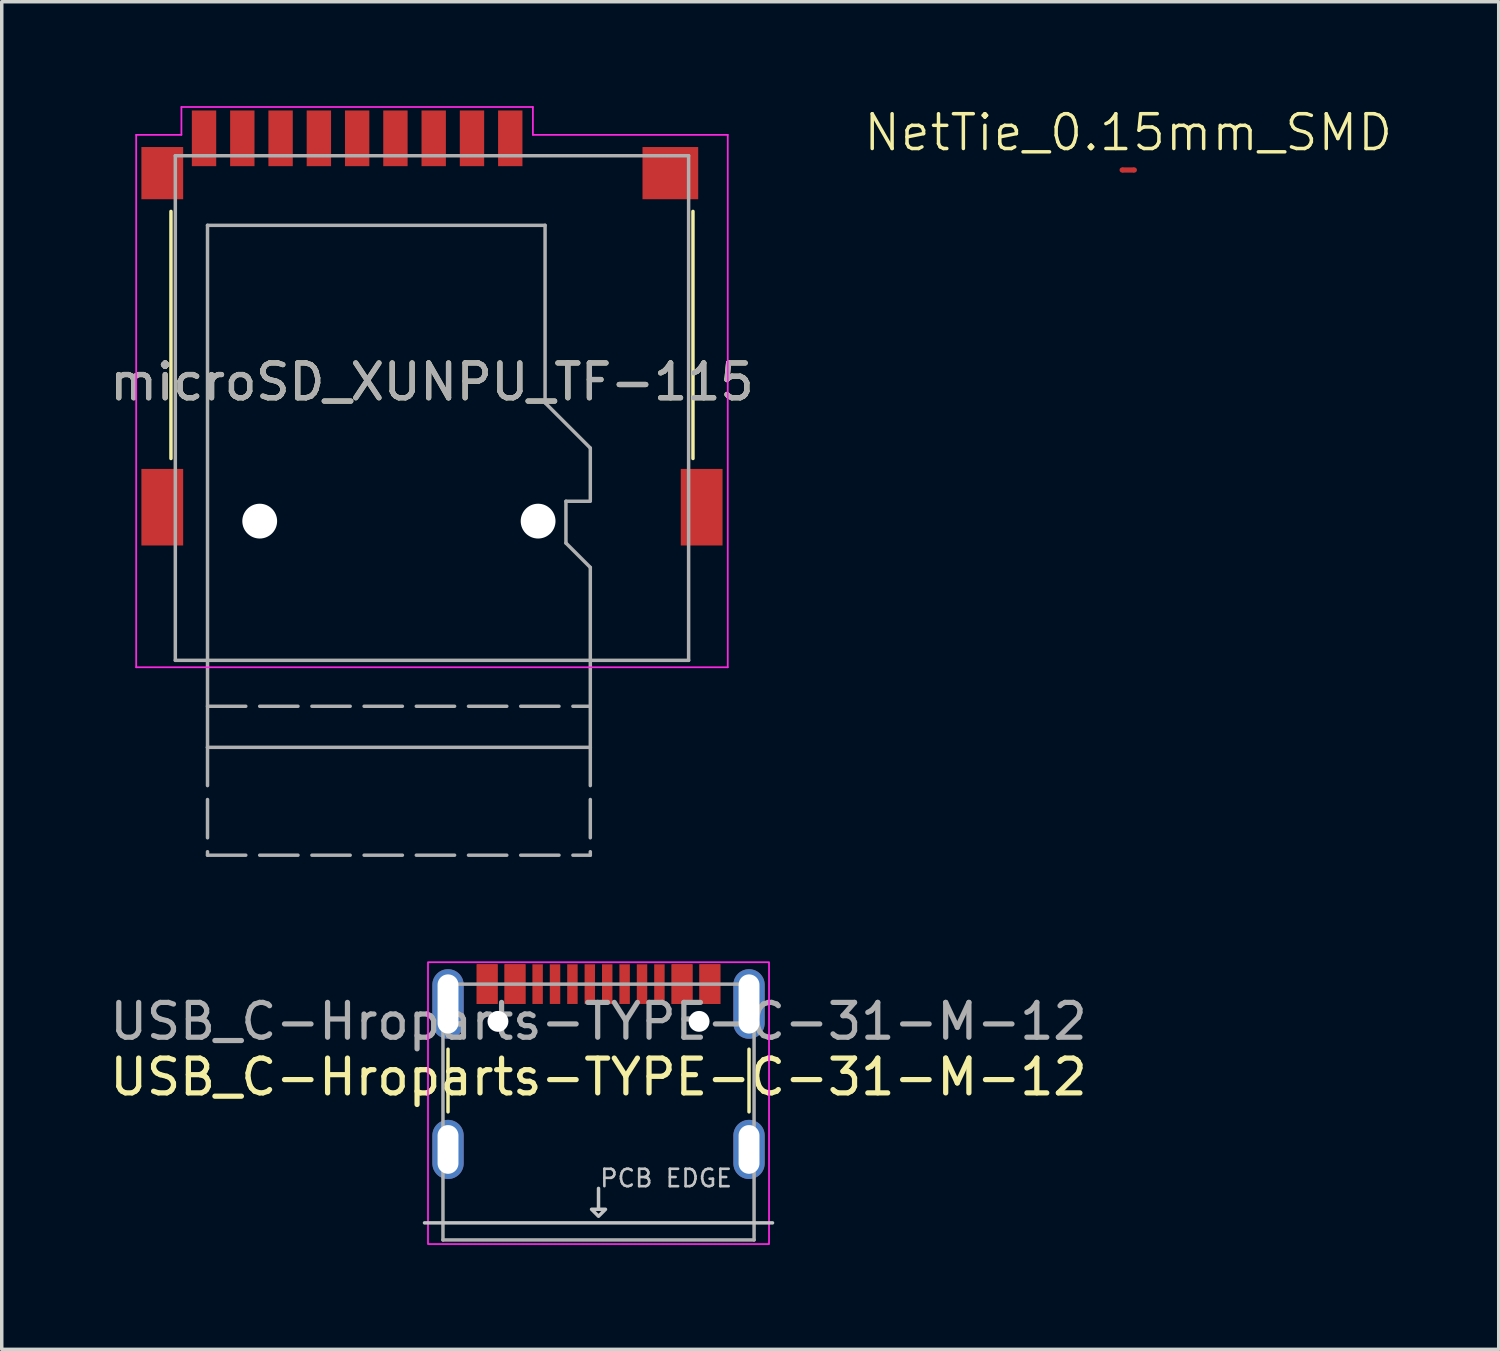
<source format=kicad_pcb>
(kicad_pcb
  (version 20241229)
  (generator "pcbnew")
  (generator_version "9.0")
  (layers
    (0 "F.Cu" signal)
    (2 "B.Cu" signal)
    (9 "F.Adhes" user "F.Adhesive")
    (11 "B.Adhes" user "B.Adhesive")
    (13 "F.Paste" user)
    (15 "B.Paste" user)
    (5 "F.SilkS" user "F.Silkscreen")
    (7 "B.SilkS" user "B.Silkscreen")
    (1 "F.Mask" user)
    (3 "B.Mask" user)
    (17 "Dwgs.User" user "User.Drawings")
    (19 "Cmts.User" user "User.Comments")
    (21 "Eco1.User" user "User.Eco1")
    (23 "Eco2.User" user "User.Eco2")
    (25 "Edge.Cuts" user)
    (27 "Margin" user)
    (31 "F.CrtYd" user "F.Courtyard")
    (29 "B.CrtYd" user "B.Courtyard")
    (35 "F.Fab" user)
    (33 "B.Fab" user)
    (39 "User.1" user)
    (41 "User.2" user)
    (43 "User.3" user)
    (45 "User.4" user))
  (footprint "NetTie_0.15mm_SMD"
    (layer "F.Cu")
    (at 29.371 1.835)
    (property "Reference" "NetTie_0.15mm_SMD" (at 0 -1.075 0) (unlocked yes) (layer "F.SilkS") (effects (font (size 1 1) (thickness 0.1))))
    (attr smd exclude_from_bom allow_missing_courtyard)
    (fp_rect (start -0.175 -0.075) (end 0.175 0.075) (stroke (width 0) (type solid)) (fill yes) (layer "F.Cu"))
    (pad "1" smd circle (at -0.175 0) (size 0.15 0.15) (layers "F.Cu"))
    (pad "2" smd circle (at 0.175 0) (size 0.15 0.15) (layers "F.Cu")))
  (footprint "microSD_XUNPU_TF-115"
    (layer "F.Cu")
    (at 9.363 7.925)
    (property "Reference" "microSD_XUNPU_TF-115" (at 0 0 0) (layer "F.SilkS") (effects (font (size 1 1) (thickness 0.15))))
    (attr smd)
    (fp_line (start -7.5 -4.9) (end -7.5 2.2) (stroke (width 0.1) (type default)) (layer "F.SilkS"))
    (fp_line (start 7.5 -4.9) (end 7.5 2.2) (stroke (width 0.1) (type default)) (layer "F.SilkS"))
    (fp_line (start -8.5 8.2) (end -8.5 -7.1) (stroke (width 0.05) (type default)) (layer "F.CrtYd"))
    (fp_line (start -7.2 -7.9) (end -7.2 -7.1) (stroke (width 0.05) (type default)) (layer "F.CrtYd"))
    (fp_line (start -7.2 -7.9) (end 2.9 -7.9) (stroke (width 0.05) (type default)) (layer "F.CrtYd"))
    (fp_line (start -7.2 -7.1) (end -8.5 -7.1) (stroke (width 0.05) (type default)) (layer "F.CrtYd"))
    (fp_line (start 2.9 -7.9) (end 2.9 -7.1) (stroke (width 0.05) (type default)) (layer "F.CrtYd"))
    (fp_line (start 8.5 -7.1) (end 2.9 -7.1) (stroke (width 0.05) (type default)) (layer "F.CrtYd"))
    (fp_line (start 8.5 -7.1) (end 8.5 8.2) (stroke (width 0.05) (type default)) (layer "F.CrtYd"))
    (fp_line (start 8.5 8.2) (end -8.5 8.2) (stroke (width 0.05) (type default)) (layer "F.CrtYd"))
    (fp_line (start -7.375 -6.5) (end -7.375 8) (stroke (width 0.1) (type default)) (layer "F.Fab"))
    (fp_line (start -7.375 -6.5) (end 7.375 -6.5) (stroke (width 0.1) (type default)) (layer "F.Fab"))
    (fp_line (start -7.375 8) (end 7.375 8) (stroke (width 0.1) (type default)) (layer "F.Fab"))
    (fp_line (start -6.45 -4.5) (end -6.45 10.5) (stroke (width 0.1) (type default)) (layer "F.Fab"))
    (fp_line (start -6.45 -4.5) (end 3.25 -4.5) (stroke (width 0.1) (type default)) (layer "F.Fab"))
    (fp_line (start -6.45 9.32) (end 4.55 9.32) (stroke (width 0.1) (type dash)) (layer "F.Fab"))
    (fp_line (start -6.45 10.5) (end -6.45 13.6) (stroke (width 0.1) (type dash)) (layer "F.Fab"))
    (fp_line (start -6.45 10.5) (end 4.55 10.5) (stroke (width 0.1) (type default)) (layer "F.Fab"))
    (fp_line (start -6.45 13.6) (end 4.55 13.6) (stroke (width 0.1) (type dash)) (layer "F.Fab"))
    (fp_line (start 3.25 -4.5) (end 3.25 0.6) (stroke (width 0.1) (type default)) (layer "F.Fab"))
    (fp_line (start 3.85 3.43) (end 4.55 3.43) (stroke (width 0.1) (type default)) (layer "F.Fab"))
    (fp_line (start 3.85 4.63) (end 3.85 3.43) (stroke (width 0.1) (type default)) (layer "F.Fab"))
    (fp_line (start 3.85 4.63) (end 4.55 5.33) (stroke (width 0.1) (type default)) (layer "F.Fab"))
    (fp_line (start 4.55 1.9) (end 3.25 0.6) (stroke (width 0.1) (type default)) (layer "F.Fab"))
    (fp_line (start 4.55 1.9) (end 4.55 3.4) (stroke (width 0.1) (type default)) (layer "F.Fab"))
    (fp_line (start 4.55 10.5) (end 4.55 5.33) (stroke (width 0.1) (type default)) (layer "F.Fab"))
    (fp_line (start 4.55 10.5) (end 4.55 13.6) (stroke (width 0.1) (type dash)) (layer "F.Fab"))
    (fp_line (start 7.375 -6.5) (end 7.375 8) (stroke (width 0.1) (type default)) (layer "F.Fab"))
    (fp_text user "${REFERENCE}" (at 0 0 0) (layer "F.Fab") (effects (font (size 1 1) (thickness 0.15))))
    (pad "" np_thru_hole circle (at -4.95 4) (size 1 1) (drill 1) (layers "*.Cu" "*.Mask"))
    (pad "" np_thru_hole circle (at 3.05 4) (size 1 1) (drill 1) (layers "*.Cu" "*.Mask"))
    (pad "1" smd rect (at 2.25 -7) (size 0.7 1.6) (layers "F.Cu" "F.Mask" "F.Paste"))
    (pad "2" smd rect (at 1.15 -7) (size 0.7 1.6) (layers "F.Cu" "F.Mask" "F.Paste"))
    (pad "3" smd rect (at 0.05 -7) (size 0.7 1.6) (layers "F.Cu" "F.Mask" "F.Paste"))
    (pad "4" smd rect (at -1.05 -7) (size 0.7 1.6) (layers "F.Cu" "F.Mask" "F.Paste"))
    (pad "5" smd rect (at -2.15 -7) (size 0.7 1.6) (layers "F.Cu" "F.Mask" "F.Paste"))
    (pad "6" smd rect (at -3.25 -7) (size 0.7 1.6) (layers "F.Cu" "F.Mask" "F.Paste"))
    (pad "7" smd rect (at -4.35 -7) (size 0.7 1.6) (layers "F.Cu" "F.Mask" "F.Paste"))
    (pad "8" smd rect (at -5.45 -7) (size 0.7 1.6) (layers "F.Cu" "F.Mask" "F.Paste"))
    (pad "9" smd rect (at -6.55 -7) (size 0.7 1.6) (layers "F.Cu" "F.Mask" "F.Paste"))
    (pad "10" smd rect (at -7.75 -6) (size 1.2 1.5) (layers "F.Cu" "F.Mask" "F.Paste"))
    (pad "10" smd roundrect (at -7.75 3.6) (size 1.2 2.2) (layers "F.Cu" "F.Mask" "F.Paste") (roundrect_rratio 0) (chamfer_ratio 0.2) (chamfer))
    (pad "10" smd roundrect (at 6.85 -6) (size 1.6 1.5) (layers "F.Cu" "F.Mask" "F.Paste") (roundrect_rratio 0) (chamfer_ratio 0.2) (chamfer))
    (pad "10" smd roundrect (at 7.75 3.6) (size 1.2 2.2) (layers "F.Cu" "F.Mask" "F.Paste") (roundrect_rratio 0) (chamfer_ratio 0.2) (chamfer)))
  (footprint "USB_C-Hroparts-TYPE-C-31-M-12"
    (layer "F.Cu")
    (at 14.149 26.3)
    (property "Reference" "USB_C-Hroparts-TYPE-C-31-M-12" (at 0 1.6 0) (layer "F.SilkS") (effects (font (size 1 1) (thickness 0.15))))
    (attr through_hole)
    (fp_line (start -4.325 0.8) (end -4.325 2.6) (stroke (width 0.1) (type default)) (layer "F.SilkS"))
    (fp_line (start 4.325 0.8) (end 4.325 2.6) (stroke (width 0.1) (type default)) (layer "F.SilkS"))
    (fp_line (start 0 4.8) (end 0 5.4) (stroke (width 0.1) (type default)) (layer "Dwgs.User"))
    (fp_line (start 5 5.79) (end -5 5.79) (stroke (width 0.1) (type default)) (layer "Dwgs.User"))
    (fp_poly (pts (xy 0.2 5.4) (xy 0 5.6) (xy -0.2 5.4)) (stroke (width 0.1) (type solid)) (fill no) (layer "Dwgs.User"))
    (fp_rect (start -4.9 -1.7) (end 4.9 6.4) (stroke (width 0.05) (type default)) (fill no) (layer "F.CrtYd"))
    (fp_line (start -4.47 -1.07) (end -4.47 6.28) (stroke (width 0.1) (type default)) (layer "F.Fab"))
    (fp_line (start 4.47 -1.07) (end -4.47 -1.07) (stroke (width 0.1) (type default)) (layer "F.Fab"))
    (fp_line (start 4.47 -1.07) (end 4.47 6.28) (stroke (width 0.1) (type default)) (layer "F.Fab"))
    (fp_line (start 4.47 6.28) (end -4.47 6.28) (stroke (width 0.1) (type default)) (layer "F.Fab"))
    (fp_text user "PCB EDGE" (at 0 4.8 0) (unlocked yes) (layer "Dwgs.User") (effects (font (size 0.5 0.5) (thickness 0.075)) (justify left bottom)))
    (fp_text user "${REFERENCE}" (at 0 0 0) (layer "F.Fab") (effects (font (size 1 1) (thickness 0.15))))
    (pad "" np_thru_hole circle (at -2.89 0) (size 0.6 0.6) (drill 0.6) (layers "*.Cu" "*.Mask"))
    (pad "" np_thru_hole circle (at 2.89 0) (size 0.6 0.6) (drill 0.6) (layers "*.Cu" "*.Mask"))
    (pad "A1" smd rect (at -3.2 -1.07) (size 0.6 1.14) (layers "F.Cu" "F.Mask" "F.Paste"))
    (pad "A4" smd rect (at -2.4 -1.07) (size 0.6 1.14) (layers "F.Cu" "F.Mask" "F.Paste"))
    (pad "A5" smd rect (at -1.25 -1.07) (size 0.3 1.14) (layers "F.Cu" "F.Mask" "F.Paste"))
    (pad "A6" smd rect (at -0.25 -1.07) (size 0.3 1.14) (layers "F.Cu" "F.Mask" "F.Paste"))
    (pad "A7" smd rect (at 0.25 -1.07) (size 0.3 1.14) (layers "F.Cu" "F.Mask" "F.Paste"))
    (pad "A8" smd rect (at 1.25 -1.07) (size 0.3 1.14) (layers "F.Cu" "F.Mask" "F.Paste"))
    (pad "A9" smd rect (at 2.4 -1.07) (size 0.6 1.14) (layers "F.Cu" "F.Mask" "F.Paste"))
    (pad "A12" smd rect (at 3.2 -1.07) (size 0.6 1.14) (layers "F.Cu" "F.Mask" "F.Paste"))
    (pad "B1" smd rect (at 3.2 -1.07) (size 0.6 1.14) (layers "F.Cu" "F.Mask" "F.Paste"))
    (pad "B4" smd rect (at 2.4 -1.07) (size 0.6 1.14) (layers "F.Cu" "F.Mask" "F.Paste"))
    (pad "B5" smd rect (at 1.75 -1.07) (size 0.3 1.14) (layers "F.Cu" "F.Mask" "F.Paste"))
    (pad "B6" smd rect (at 0.75 -1.07) (size 0.3 1.14) (layers "F.Cu" "F.Mask" "F.Paste"))
    (pad "B7" smd rect (at -0.75 -1.07) (size 0.3 1.14) (layers "F.Cu" "F.Mask" "F.Paste"))
    (pad "B8" smd rect (at -1.75 -1.07) (size 0.3 1.14) (layers "F.Cu" "F.Mask" "F.Paste"))
    (pad "B9" smd rect (at -2.4 -1.07) (size 0.6 1.14) (layers "F.Cu" "F.Mask" "F.Paste"))
    (pad "B12" smd rect (at -3.2 -1.07) (size 0.6 1.14) (layers "F.Cu" "F.Mask" "F.Paste"))
    (pad "S1" thru_hole oval (at -4.325 -0.5) (size 0.9 2) (drill oval 0.6 1.7) (layers "*.Cu" "*.Mask"))
    (pad "S1" thru_hole oval (at -4.325 3.68) (size 0.9 1.7) (drill oval 0.6 1.4) (layers "*.Cu" "*.Mask"))
    (pad "S1" thru_hole oval (at 4.325 -0.5) (size 0.9 2) (drill oval 0.6 1.7) (layers "*.Cu" "*.Mask"))
    (pad "S1" thru_hole oval (at 4.325 3.68) (size 0.9 1.7) (drill oval 0.6 1.4) (layers "*.Cu" "*.Mask")))
  (gr_rect
    (start -3 -3)
    (end 40.017 35.725)
    (stroke (width 0.1) (type default))
    (fill no)
    (layer "Edge.Cuts")))
</source>
